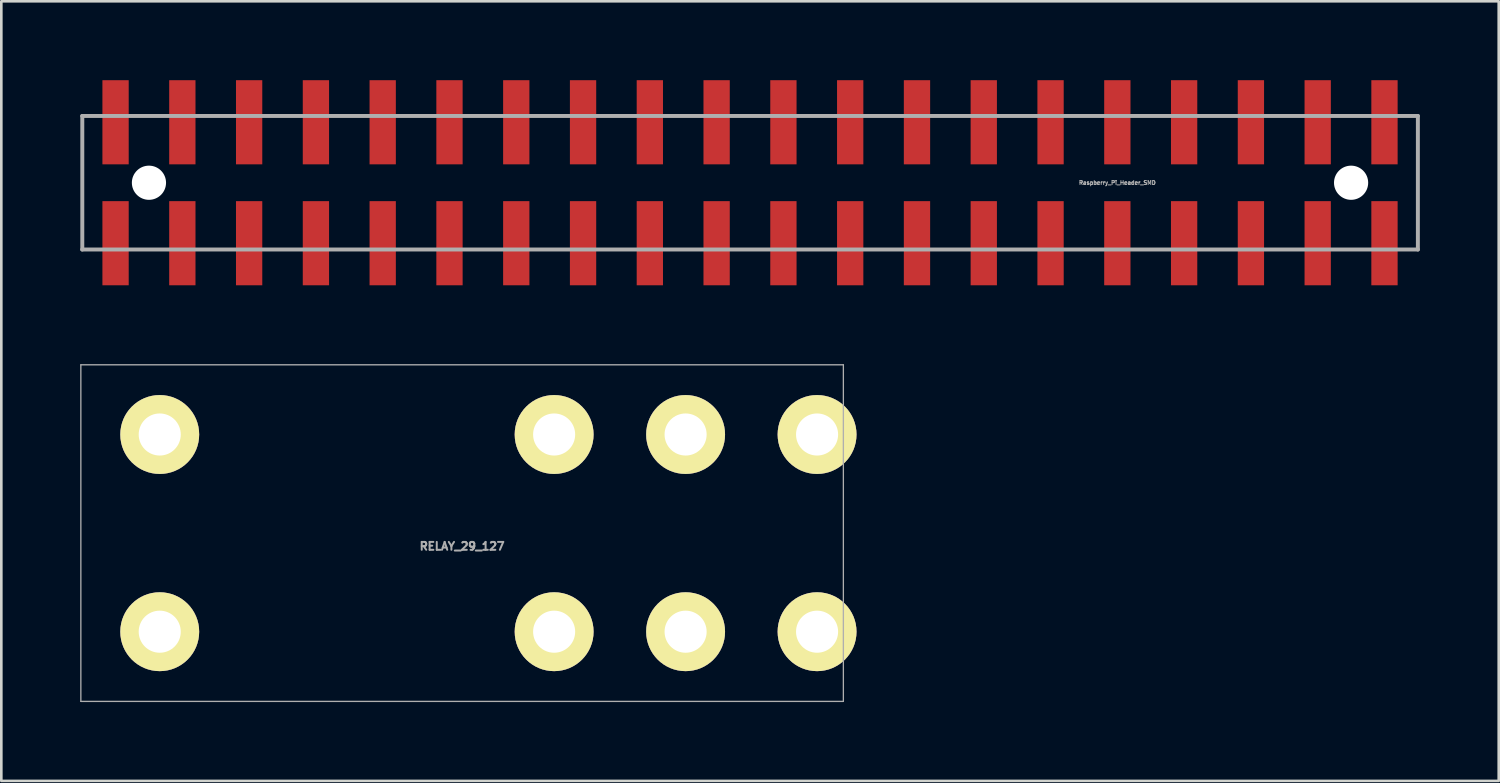
<source format=kicad_pcb>
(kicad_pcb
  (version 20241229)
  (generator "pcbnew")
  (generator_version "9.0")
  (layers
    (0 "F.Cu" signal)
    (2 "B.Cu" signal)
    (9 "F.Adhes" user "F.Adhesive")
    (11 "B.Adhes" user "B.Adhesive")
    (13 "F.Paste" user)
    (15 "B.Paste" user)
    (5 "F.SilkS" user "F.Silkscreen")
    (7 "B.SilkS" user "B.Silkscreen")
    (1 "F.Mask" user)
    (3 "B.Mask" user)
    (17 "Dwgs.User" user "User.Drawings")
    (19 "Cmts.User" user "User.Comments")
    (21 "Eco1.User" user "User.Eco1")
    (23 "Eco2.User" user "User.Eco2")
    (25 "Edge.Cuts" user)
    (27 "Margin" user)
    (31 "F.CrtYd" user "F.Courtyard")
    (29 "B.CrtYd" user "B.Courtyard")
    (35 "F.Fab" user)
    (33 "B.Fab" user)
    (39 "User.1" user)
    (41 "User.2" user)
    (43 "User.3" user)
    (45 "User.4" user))
  (footprint "RELAY_29_127"
    (layer "F.Cu")
    (at 14.525 17.225)
    (property "Reference" "RELAY_29_127" (at 0 0.5 0) (layer "F.Fab") (effects (font (size 0.3 0.3) (thickness 0.075))))
    (attr through_hole)
    (fp_line (start -14.5 -6.4) (end 14.5 -6.4) (stroke (width 0.05) (type solid)) (layer "F.Fab"))
    (fp_line (start -14.5 6.4) (end -14.5 -6.4) (stroke (width 0.05) (type solid)) (layer "F.Fab"))
    (fp_line (start 14.5 -6.4) (end 14.5 6.4) (stroke (width 0.05) (type solid)) (layer "F.Fab"))
    (fp_line (start 14.5 6.4) (end -14.5 6.4) (stroke (width 0.05) (type solid)) (layer "F.Fab"))
    (pad "1" thru_hole circle (at 3.5 -3.75) (size 3 3) (drill 1.6) (layers "*.Cu" "*.Mask" "F.SilkS"))
    (pad "2" thru_hole circle (at 8.5 -3.75) (size 3 3) (drill 1.6) (layers "*.Cu" "*.Mask" "F.SilkS"))
    (pad "3" thru_hole circle (at 13.5 -3.75) (size 3 3) (drill 1.6) (layers "*.Cu" "*.Mask" "F.SilkS"))
    (pad "4" thru_hole circle (at 13.5 3.75) (size 3 3) (drill 1.6) (layers "*.Cu" "*.Mask" "F.SilkS"))
    (pad "5" thru_hole circle (at 8.5 3.75) (size 3 3) (drill 1.6) (layers "*.Cu" "*.Mask" "F.SilkS"))
    (pad "6" thru_hole circle (at 3.5 3.75) (size 3 3) (drill 1.6) (layers "*.Cu" "*.Mask" "F.SilkS"))
    (pad "A1" thru_hole circle (at -11.5 -3.75) (size 3 3) (drill 1.6) (layers "*.Cu" "*.Mask" "F.SilkS"))
    (pad "A2" thru_hole circle (at -11.5 3.75) (size 3 3) (drill 1.6) (layers "*.Cu" "*.Mask" "F.SilkS")))
  (footprint "Raspberry_Pi_Header_SMD"
    (layer "F.Cu")
    (at 25.475 3.9)
    (property "Reference" "Raspberry_Pi_Header_SMD" (at 13.97 0 0) (layer "F.Fab") (effects (font (size 0.15 0.15) (thickness 0.037))))
    (attr through_hole)
    (fp_line (start -25.4 2.54) (end 25.4 2.54) (stroke (width 0.15) (type solid)) (layer "F.Fab"))
    (fp_line (start -25.395 2.54) (end -25.395 -2.54) (stroke (width 0.15) (type solid)) (layer "F.Fab"))
    (fp_line (start 25.4 -2.54) (end -25.4 -2.54) (stroke (width 0.15) (type solid)) (layer "F.Fab"))
    (fp_line (start 25.4 -2.54) (end 25.4 2.54) (stroke (width 0.15) (type solid)) (layer "F.Fab"))
    (pad "" np_thru_hole circle (at -22.86 0) (size 1.3 1.3) (drill 1.3) (layers "*.Cu" "*.Mask"))
    (pad "" np_thru_hole circle (at 22.86 0) (size 1.3 1.3) (drill 1.3) (layers "*.Cu" "*.Mask"))
    (pad "1" smd rect (at 24.13 2.3) (size 1 3.2) (layers "F.Cu" "F.Mask" "F.Paste"))
    (pad "2" smd rect (at 24.13 -2.3) (size 1 3.2) (layers "F.Cu" "F.Mask" "F.Paste"))
    (pad "3" smd rect (at 21.59 2.3) (size 1 3.2) (layers "F.Cu" "F.Mask" "F.Paste"))
    (pad "4" smd rect (at 21.59 -2.3) (size 1 3.2) (layers "F.Cu" "F.Mask" "F.Paste"))
    (pad "5" smd rect (at 19.05 2.3) (size 1 3.2) (layers "F.Cu" "F.Mask" "F.Paste"))
    (pad "6" smd rect (at 19.05 -2.3) (size 1 3.2) (layers "F.Cu" "F.Mask" "F.Paste"))
    (pad "7" smd rect (at 16.51 2.3) (size 1 3.2) (layers "F.Cu" "F.Mask" "F.Paste"))
    (pad "8" smd rect (at 16.51 -2.3) (size 1 3.2) (layers "F.Cu" "F.Mask" "F.Paste"))
    (pad "9" smd rect (at 13.97 2.3) (size 1 3.2) (layers "F.Cu" "F.Mask" "F.Paste"))
    (pad "10" smd rect (at 13.97 -2.3) (size 1 3.2) (layers "F.Cu" "F.Mask" "F.Paste"))
    (pad "11" smd rect (at 11.43 2.3) (size 1 3.2) (layers "F.Cu" "F.Mask" "F.Paste"))
    (pad "12" smd rect (at 11.43 -2.3) (size 1 3.2) (layers "F.Cu" "F.Mask" "F.Paste"))
    (pad "13" smd rect (at 8.89 2.3) (size 1 3.2) (layers "F.Cu" "F.Mask" "F.Paste"))
    (pad "14" smd rect (at 8.89 -2.3) (size 1 3.2) (layers "F.Cu" "F.Mask" "F.Paste"))
    (pad "15" smd rect (at 6.35 2.3) (size 1 3.2) (layers "F.Cu" "F.Mask" "F.Paste"))
    (pad "16" smd rect (at 6.35 -2.3) (size 1 3.2) (layers "F.Cu" "F.Mask" "F.Paste"))
    (pad "17" smd rect (at 3.81 2.3) (size 1 3.2) (layers "F.Cu" "F.Mask" "F.Paste"))
    (pad "18" smd rect (at 3.81 -2.3) (size 1 3.2) (layers "F.Cu" "F.Mask" "F.Paste"))
    (pad "19" smd rect (at 1.27 2.3) (size 1 3.2) (layers "F.Cu" "F.Mask" "F.Paste"))
    (pad "20" smd rect (at 1.27 -2.3) (size 1 3.2) (layers "F.Cu" "F.Mask" "F.Paste"))
    (pad "21" smd rect (at -1.27 2.3) (size 1 3.2) (layers "F.Cu" "F.Mask" "F.Paste"))
    (pad "22" smd rect (at -1.27 -2.3) (size 1 3.2) (layers "F.Cu" "F.Mask" "F.Paste"))
    (pad "23" smd rect (at -3.81 2.3) (size 1 3.2) (layers "F.Cu" "F.Mask" "F.Paste"))
    (pad "24" smd rect (at -3.81 -2.3) (size 1 3.2) (layers "F.Cu" "F.Mask" "F.Paste"))
    (pad "25" smd rect (at -6.35 2.3) (size 1 3.2) (layers "F.Cu" "F.Mask" "F.Paste"))
    (pad "26" smd rect (at -6.35 -2.3) (size 1 3.2) (layers "F.Cu" "F.Mask" "F.Paste"))
    (pad "27" smd rect (at -8.89 2.3) (size 1 3.2) (layers "F.Cu" "F.Mask" "F.Paste"))
    (pad "28" smd rect (at -8.89 -2.3) (size 1 3.2) (layers "F.Cu" "F.Mask" "F.Paste"))
    (pad "29" smd rect (at -11.43 2.3) (size 1 3.2) (layers "F.Cu" "F.Mask" "F.Paste"))
    (pad "30" smd rect (at -11.43 -2.3) (size 1 3.2) (layers "F.Cu" "F.Mask" "F.Paste"))
    (pad "31" smd rect (at -13.97 2.3) (size 1 3.2) (layers "F.Cu" "F.Mask" "F.Paste"))
    (pad "32" smd rect (at -13.97 -2.3) (size 1 3.2) (layers "F.Cu" "F.Mask" "F.Paste"))
    (pad "33" smd rect (at -16.51 2.3) (size 1 3.2) (layers "F.Cu" "F.Mask" "F.Paste"))
    (pad "34" smd rect (at -16.51 -2.3) (size 1 3.2) (layers "F.Cu" "F.Mask" "F.Paste"))
    (pad "35" smd rect (at -19.05 2.3) (size 1 3.2) (layers "F.Cu" "F.Mask" "F.Paste"))
    (pad "36" smd rect (at -19.05 -2.3) (size 1 3.2) (layers "F.Cu" "F.Mask" "F.Paste"))
    (pad "37" smd rect (at -21.59 2.3) (size 1 3.2) (layers "F.Cu" "F.Mask" "F.Paste"))
    (pad "38" smd rect (at -21.59 -2.3) (size 1 3.2) (layers "F.Cu" "F.Mask" "F.Paste"))
    (pad "39" smd rect (at -24.13 2.3) (size 1 3.2) (layers "F.Cu" "F.Mask" "F.Paste"))
    (pad "40" smd rect (at -24.13 -2.3) (size 1 3.2) (layers "F.Cu" "F.Mask" "F.Paste")))
  (gr_rect
    (start -3 -3)
    (end 53.95 26.65)
    (stroke (width 0.1) (type default))
    (fill no)
    (layer "Edge.Cuts")))
</source>
